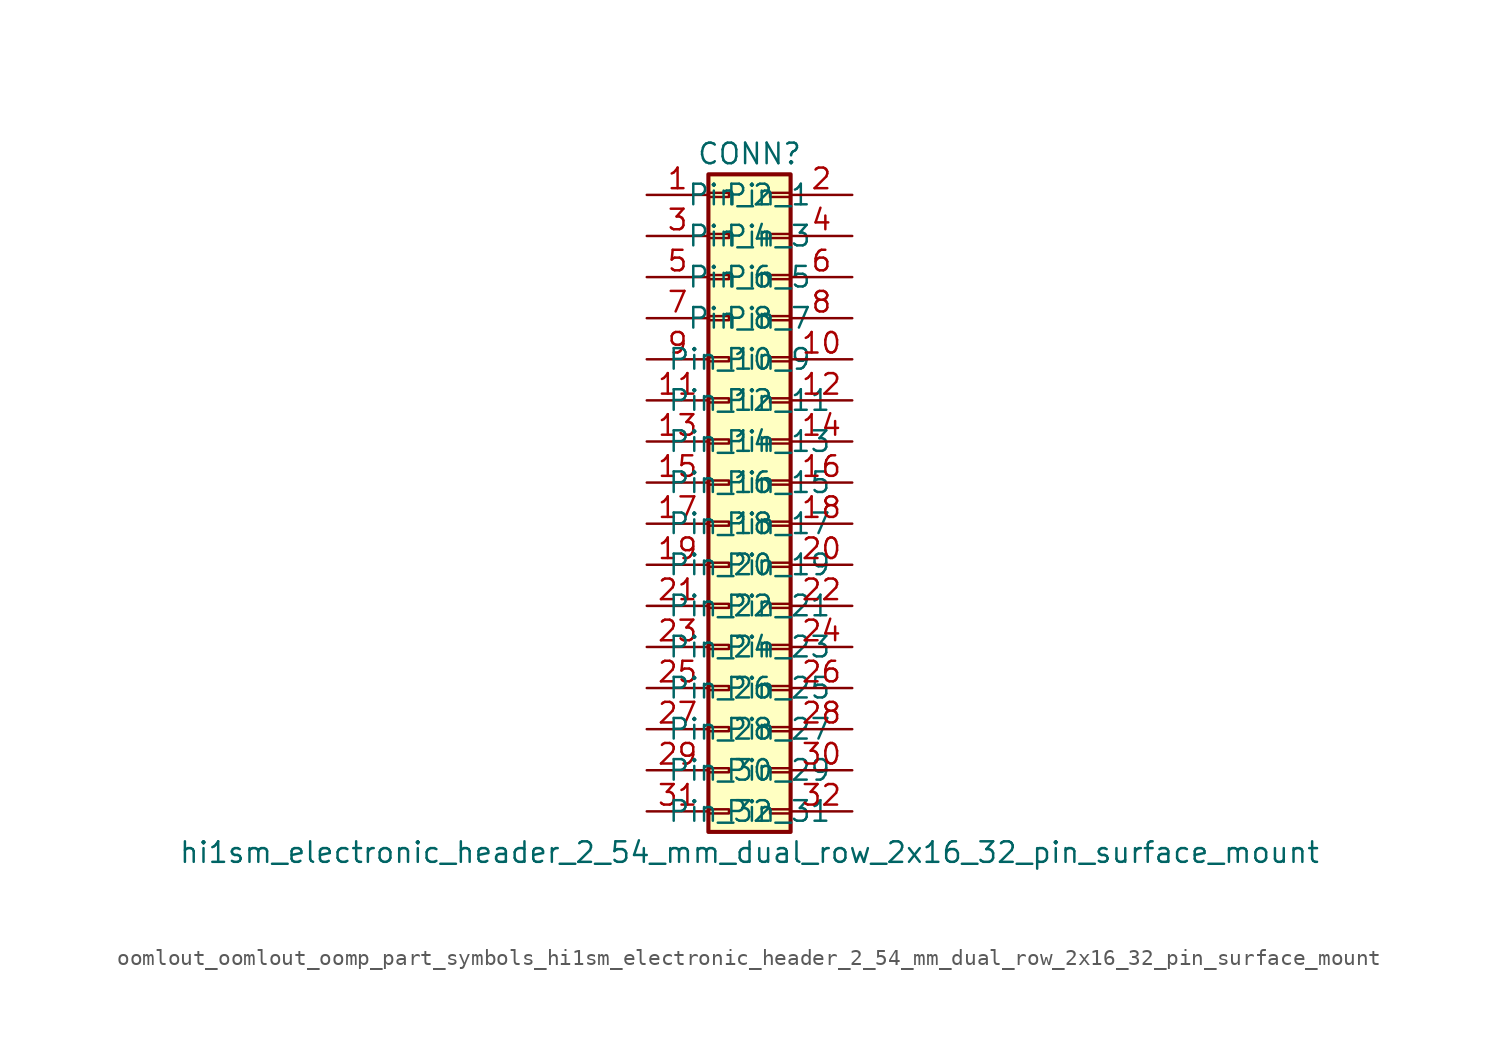
<source format=kicad_sym>
(kicad_symbol_lib
  (version 20220914)
  (generator kicad_symbol_editor)
  (symbol "oomlout_oomlout_oomp_part_symbols_hi1sm_electronic_header_2_54_mm_dual_row_2x16_32_pin_surface_mount"
    (pin_names
      (offset 1.016))
    (property "Reference" "CONN"
      (at 1.27 20.32 0)
      (effects (font (size 1.27 1.27))))
    (property "Value" "hi1sm_electronic_header_2_54_mm_dual_row_2x16_32_pin_surface_mount"
      (at 1.27 -22.86 0)
      (effects (font (size 1.27 1.27))))
    (symbol "oomlout_oomlout_oomp_part_symbols_hi1sm_electronic_header_2_54_mm_dual_row_2x16_32_pin_surface_mount_1_1"
      (rectangle (start -1.27 -20.193) (end 0 -20.447) (stroke (width 0.152) (type default)) (fill (type none)))
      (rectangle (start -1.27 -17.653) (end 0 -17.907) (stroke (width 0.152) (type default)) (fill (type none)))
      (rectangle (start -1.27 -15.113) (end 0 -15.367) (stroke (width 0.152) (type default)) (fill (type none)))
      (rectangle (start -1.27 -12.573) (end 0 -12.827) (stroke (width 0.152) (type default)) (fill (type none)))
      (rectangle (start -1.27 -10.033) (end 0 -10.287) (stroke (width 0.152) (type default)) (fill (type none)))
      (rectangle (start -1.27 -7.493) (end 0 -7.747) (stroke (width 0.152) (type default)) (fill (type none)))
      (rectangle (start -1.27 -4.953) (end 0 -5.207) (stroke (width 0.152) (type default)) (fill (type none)))
      (rectangle (start -1.27 -2.413) (end 0 -2.667) (stroke (width 0.152) (type default)) (fill (type none)))
      (rectangle (start -1.27 0.127) (end 0 -0.127) (stroke (width 0.152) (type default)) (fill (type none)))
      (rectangle (start -1.27 2.667) (end 0 2.413) (stroke (width 0.152) (type default)) (fill (type none)))
      (rectangle (start -1.27 5.207) (end 0 4.953) (stroke (width 0.152) (type default)) (fill (type none)))
      (rectangle (start -1.27 7.747) (end 0 7.493) (stroke (width 0.152) (type default)) (fill (type none)))
      (rectangle (start -1.27 10.287) (end 0 10.033) (stroke (width 0.152) (type default)) (fill (type none)))
      (rectangle (start -1.27 12.827) (end 0 12.573) (stroke (width 0.152) (type default)) (fill (type none)))
      (rectangle (start -1.27 15.367) (end 0 15.113) (stroke (width 0.152) (type default)) (fill (type none)))
      (rectangle (start -1.27 17.907) (end 0 17.653) (stroke (width 0.152) (type default)) (fill (type none)))
      (rectangle (start -1.27 19.05) (end 3.81 -21.59) (stroke (width 0.254) (type default)) (fill (type background)))
      (rectangle (start 3.81 -20.193) (end 2.54 -20.447) (stroke (width 0.152) (type default)) (fill (type none)))
      (rectangle (start 3.81 -17.653) (end 2.54 -17.907) (stroke (width 0.152) (type default)) (fill (type none)))
      (rectangle (start 3.81 -15.113) (end 2.54 -15.367) (stroke (width 0.152) (type default)) (fill (type none)))
      (rectangle (start 3.81 -12.573) (end 2.54 -12.827) (stroke (width 0.152) (type default)) (fill (type none)))
      (rectangle (start 3.81 -10.033) (end 2.54 -10.287) (stroke (width 0.152) (type default)) (fill (type none)))
      (rectangle (start 3.81 -7.493) (end 2.54 -7.747) (stroke (width 0.152) (type default)) (fill (type none)))
      (rectangle (start 3.81 -4.953) (end 2.54 -5.207) (stroke (width 0.152) (type default)) (fill (type none)))
      (rectangle (start 3.81 -2.413) (end 2.54 -2.667) (stroke (width 0.152) (type default)) (fill (type none)))
      (rectangle (start 3.81 0.127) (end 2.54 -0.127) (stroke (width 0.152) (type default)) (fill (type none)))
      (rectangle (start 3.81 2.667) (end 2.54 2.413) (stroke (width 0.152) (type default)) (fill (type none)))
      (rectangle (start 3.81 5.207) (end 2.54 4.953) (stroke (width 0.152) (type default)) (fill (type none)))
      (rectangle (start 3.81 7.747) (end 2.54 7.493) (stroke (width 0.152) (type default)) (fill (type none)))
      (rectangle (start 3.81 10.287) (end 2.54 10.033) (stroke (width 0.152) (type default)) (fill (type none)))
      (rectangle (start 3.81 12.827) (end 2.54 12.573) (stroke (width 0.152) (type default)) (fill (type none)))
      (rectangle (start 3.81 15.367) (end 2.54 15.113) (stroke (width 0.152) (type default)) (fill (type none)))
      (rectangle (start 3.81 17.907) (end 2.54 17.653) (stroke (width 0.152) (type default)) (fill (type none)))
      (pin passive line (at -5.08 17.78 0) (length 3.81) (name "Pin_1" (effects (font (size 1.27 1.27)))) (number "1" (effects (font (size 1.27 1.27)))))
      (pin passive line (at 7.62 7.62 180) (length 3.81) (name "Pin_10" (effects (font (size 1.27 1.27)))) (number "10" (effects (font (size 1.27 1.27)))))
      (pin passive line (at -5.08 5.08 0) (length 3.81) (name "Pin_11" (effects (font (size 1.27 1.27)))) (number "11" (effects (font (size 1.27 1.27)))))
      (pin passive line (at 7.62 5.08 180) (length 3.81) (name "Pin_12" (effects (font (size 1.27 1.27)))) (number "12" (effects (font (size 1.27 1.27)))))
      (pin passive line (at -5.08 2.54 0) (length 3.81) (name "Pin_13" (effects (font (size 1.27 1.27)))) (number "13" (effects (font (size 1.27 1.27)))))
      (pin passive line (at 7.62 2.54 180) (length 3.81) (name "Pin_14" (effects (font (size 1.27 1.27)))) (number "14" (effects (font (size 1.27 1.27)))))
      (pin passive line (at -5.08 0 0) (length 3.81) (name "Pin_15" (effects (font (size 1.27 1.27)))) (number "15" (effects (font (size 1.27 1.27)))))
      (pin passive line (at 7.62 0 180) (length 3.81) (name "Pin_16" (effects (font (size 1.27 1.27)))) (number "16" (effects (font (size 1.27 1.27)))))
      (pin passive line (at -5.08 -2.54 0) (length 3.81) (name "Pin_17" (effects (font (size 1.27 1.27)))) (number "17" (effects (font (size 1.27 1.27)))))
      (pin passive line (at 7.62 -2.54 180) (length 3.81) (name "Pin_18" (effects (font (size 1.27 1.27)))) (number "18" (effects (font (size 1.27 1.27)))))
      (pin passive line (at -5.08 -5.08 0) (length 3.81) (name "Pin_19" (effects (font (size 1.27 1.27)))) (number "19" (effects (font (size 1.27 1.27)))))
      (pin passive line (at 7.62 17.78 180) (length 3.81) (name "Pin_2" (effects (font (size 1.27 1.27)))) (number "2" (effects (font (size 1.27 1.27)))))
      (pin passive line (at 7.62 -5.08 180) (length 3.81) (name "Pin_20" (effects (font (size 1.27 1.27)))) (number "20" (effects (font (size 1.27 1.27)))))
      (pin passive line (at -5.08 -7.62 0) (length 3.81) (name "Pin_21" (effects (font (size 1.27 1.27)))) (number "21" (effects (font (size 1.27 1.27)))))
      (pin passive line (at 7.62 -7.62 180) (length 3.81) (name "Pin_22" (effects (font (size 1.27 1.27)))) (number "22" (effects (font (size 1.27 1.27)))))
      (pin passive line (at -5.08 -10.16 0) (length 3.81) (name "Pin_23" (effects (font (size 1.27 1.27)))) (number "23" (effects (font (size 1.27 1.27)))))
      (pin passive line (at 7.62 -10.16 180) (length 3.81) (name "Pin_24" (effects (font (size 1.27 1.27)))) (number "24" (effects (font (size 1.27 1.27)))))
      (pin passive line (at -5.08 -12.7 0) (length 3.81) (name "Pin_25" (effects (font (size 1.27 1.27)))) (number "25" (effects (font (size 1.27 1.27)))))
      (pin passive line (at 7.62 -12.7 180) (length 3.81) (name "Pin_26" (effects (font (size 1.27 1.27)))) (number "26" (effects (font (size 1.27 1.27)))))
      (pin passive line (at -5.08 -15.24 0) (length 3.81) (name "Pin_27" (effects (font (size 1.27 1.27)))) (number "27" (effects (font (size 1.27 1.27)))))
      (pin passive line (at 7.62 -15.24 180) (length 3.81) (name "Pin_28" (effects (font (size 1.27 1.27)))) (number "28" (effects (font (size 1.27 1.27)))))
      (pin passive line (at -5.08 -17.78 0) (length 3.81) (name "Pin_29" (effects (font (size 1.27 1.27)))) (number "29" (effects (font (size 1.27 1.27)))))
      (pin passive line (at -5.08 15.24 0) (length 3.81) (name "Pin_3" (effects (font (size 1.27 1.27)))) (number "3" (effects (font (size 1.27 1.27)))))
      (pin passive line (at 7.62 -17.78 180) (length 3.81) (name "Pin_30" (effects (font (size 1.27 1.27)))) (number "30" (effects (font (size 1.27 1.27)))))
      (pin passive line (at -5.08 -20.32 0) (length 3.81) (name "Pin_31" (effects (font (size 1.27 1.27)))) (number "31" (effects (font (size 1.27 1.27)))))
      (pin passive line (at 7.62 -20.32 180) (length 3.81) (name "Pin_32" (effects (font (size 1.27 1.27)))) (number "32" (effects (font (size 1.27 1.27)))))
      (pin passive line (at 7.62 15.24 180) (length 3.81) (name "Pin_4" (effects (font (size 1.27 1.27)))) (number "4" (effects (font (size 1.27 1.27)))))
      (pin passive line (at -5.08 12.7 0) (length 3.81) (name "Pin_5" (effects (font (size 1.27 1.27)))) (number "5" (effects (font (size 1.27 1.27)))))
      (pin passive line (at 7.62 12.7 180) (length 3.81) (name "Pin_6" (effects (font (size 1.27 1.27)))) (number "6" (effects (font (size 1.27 1.27)))))
      (pin passive line (at -5.08 10.16 0) (length 3.81) (name "Pin_7" (effects (font (size 1.27 1.27)))) (number "7" (effects (font (size 1.27 1.27)))))
      (pin passive line (at 7.62 10.16 180) (length 3.81) (name "Pin_8" (effects (font (size 1.27 1.27)))) (number "8" (effects (font (size 1.27 1.27)))))
      (pin passive line (at -5.08 7.62 0) (length 3.81) (name "Pin_9" (effects (font (size 1.27 1.27)))) (number "9" (effects (font (size 1.27 1.27))))))))
</source>
